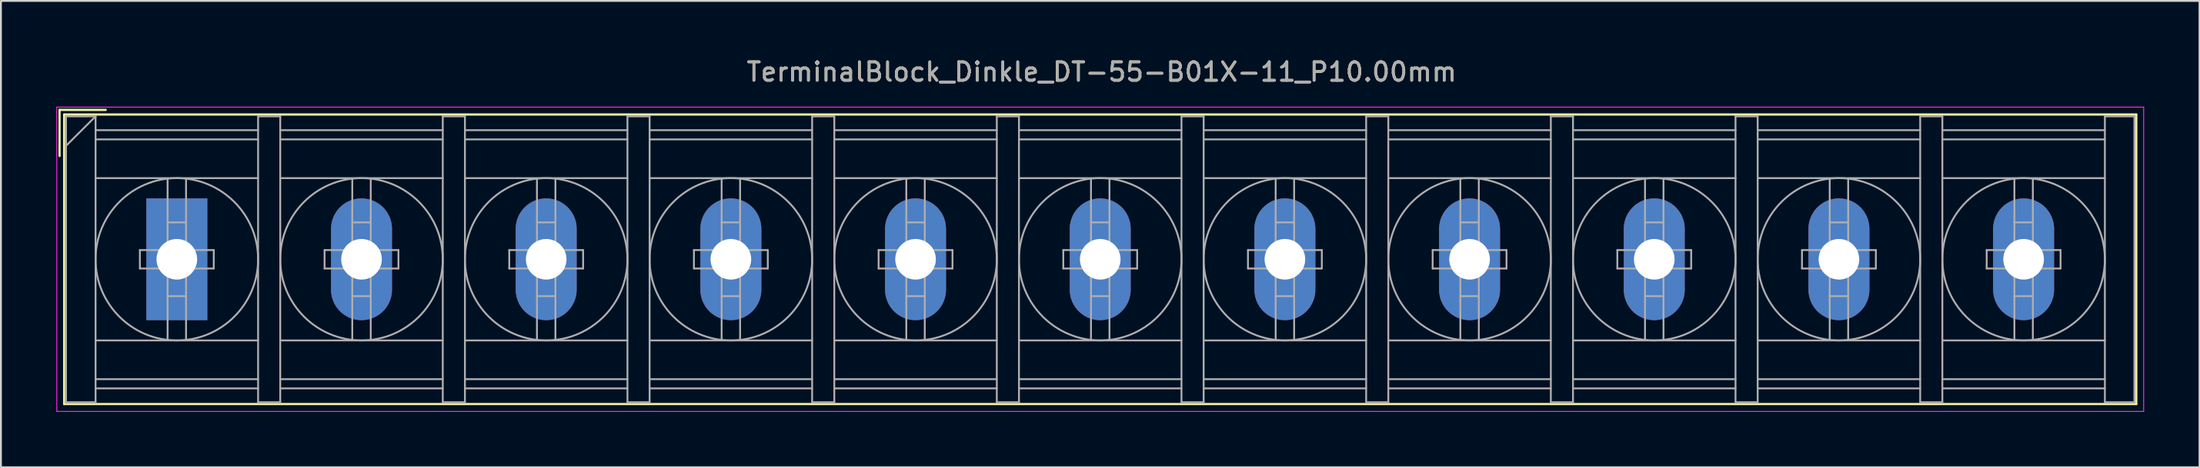
<source format=kicad_pcb>
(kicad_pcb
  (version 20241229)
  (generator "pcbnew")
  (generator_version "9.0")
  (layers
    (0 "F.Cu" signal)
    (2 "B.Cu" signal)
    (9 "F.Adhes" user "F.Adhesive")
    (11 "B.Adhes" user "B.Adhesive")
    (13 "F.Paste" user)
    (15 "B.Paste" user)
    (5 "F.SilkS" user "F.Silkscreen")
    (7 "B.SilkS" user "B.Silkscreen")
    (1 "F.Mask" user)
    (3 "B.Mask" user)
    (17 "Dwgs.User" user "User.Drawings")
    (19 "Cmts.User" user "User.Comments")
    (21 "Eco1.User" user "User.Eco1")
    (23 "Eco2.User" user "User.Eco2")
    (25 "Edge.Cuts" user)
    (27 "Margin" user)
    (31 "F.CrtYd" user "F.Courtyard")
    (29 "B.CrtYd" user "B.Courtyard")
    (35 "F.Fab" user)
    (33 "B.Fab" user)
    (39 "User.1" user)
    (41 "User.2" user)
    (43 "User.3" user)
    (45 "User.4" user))
  (footprint "TerminalBlock_Dinkle_DT-55-B01X-11_P10.00mm"
    (layer "F.Cu")
    (at 6.525 11.008)
    (property "Reference" "TerminalBlock_Dinkle_DT-55-B01X-11_P10.00mm" (at 50.08 -10.16 0) (layer "F.SilkS") (effects (font (size 1 1) (thickness 0.15))))
    (attr through_hole)
    (fp_line (start -6.35 -8.1) (end -3.85 -8.1) (stroke (width 0.12) (type solid)) (layer "F.SilkS"))
    (fp_line (start -6.35 -5.6) (end -6.35 -8.1) (stroke (width 0.12) (type solid)) (layer "F.SilkS"))
    (fp_line (start -6.1 -7.85) (end 106.1 -7.85) (stroke (width 0.12) (type solid)) (layer "F.SilkS"))
    (fp_line (start -6.1 7.85) (end -6.1 -7.85) (stroke (width 0.12) (type solid)) (layer "F.SilkS"))
    (fp_line (start -6.1 7.85) (end 106.1 7.85) (stroke (width 0.12) (type solid)) (layer "F.SilkS"))
    (fp_line (start 106.1 -7.85) (end 106.1 7.85) (stroke (width 0.12) (type solid)) (layer "F.SilkS"))
    (fp_line (start -6.5 -8.25) (end 106.5 -8.25) (stroke (width 0.05) (type solid)) (layer "F.CrtYd"))
    (fp_line (start -6.5 8.25) (end -6.5 -8.25) (stroke (width 0.05) (type solid)) (layer "F.CrtYd"))
    (fp_line (start -6.5 8.25) (end 106.5 8.25) (stroke (width 0.05) (type solid)) (layer "F.CrtYd"))
    (fp_line (start 106.5 -8.25) (end 106.5 8.25) (stroke (width 0.05) (type solid)) (layer "F.CrtYd"))
    (fp_line (start -6 -7.75) (end -6 7.75) (stroke (width 0.1) (type solid)) (layer "F.Fab"))
    (fp_line (start -6 -7.75) (end -4.4 -7.75) (stroke (width 0.1) (type solid)) (layer "F.Fab"))
    (fp_line (start -6 7.75) (end -4.4 7.75) (stroke (width 0.1) (type solid)) (layer "F.Fab"))
    (fp_line (start -4.4 -7.75) (end -6 -6.15) (stroke (width 0.1) (type solid)) (layer "F.Fab"))
    (fp_line (start -4.4 -7.75) (end -4.4 7.75) (stroke (width 0.1) (type solid)) (layer "F.Fab"))
    (fp_line (start -4.4 -7) (end 4.4 -7) (stroke (width 0.1) (type solid)) (layer "F.Fab"))
    (fp_line (start -4.4 -6.5) (end 4.4 -6.5) (stroke (width 0.1) (type solid)) (layer "F.Fab"))
    (fp_line (start -4.4 -4.4) (end 4.4 -4.4) (stroke (width 0.1) (type solid)) (layer "F.Fab"))
    (fp_line (start -4.4 4.4) (end 4.4 4.4) (stroke (width 0.1) (type solid)) (layer "F.Fab"))
    (fp_line (start -4.4 6.5) (end 4.4 6.5) (stroke (width 0.1) (type solid)) (layer "F.Fab"))
    (fp_line (start -4.4 7) (end 4.4 7) (stroke (width 0.1) (type solid)) (layer "F.Fab"))
    (fp_line (start -2 -0.5) (end -2 0.5) (stroke (width 0.1) (type solid)) (layer "F.Fab"))
    (fp_line (start -2 0.5) (end -0.5 0.5) (stroke (width 0.1) (type solid)) (layer "F.Fab"))
    (fp_line (start -0.5 -4.35) (end -0.5 -0.5) (stroke (width 0.1) (type solid)) (layer "F.Fab"))
    (fp_line (start -0.5 -2) (end 0.5 -2) (stroke (width 0.1) (type solid)) (layer "F.Fab"))
    (fp_line (start -0.5 -0.5) (end -2 -0.5) (stroke (width 0.1) (type solid)) (layer "F.Fab"))
    (fp_line (start -0.5 0.5) (end -0.5 4.35) (stroke (width 0.1) (type solid)) (layer "F.Fab"))
    (fp_line (start -0.5 2) (end 0.5 2) (stroke (width 0.1) (type solid)) (layer "F.Fab"))
    (fp_line (start 0.5 -4.35) (end 0.5 -0.5) (stroke (width 0.1) (type solid)) (layer "F.Fab"))
    (fp_line (start 0.5 -0.5) (end 2 -0.5) (stroke (width 0.1) (type solid)) (layer "F.Fab"))
    (fp_line (start 0.5 0.5) (end 0.5 4.35) (stroke (width 0.1) (type solid)) (layer "F.Fab"))
    (fp_line (start 2 -0.5) (end 2 0.5) (stroke (width 0.1) (type solid)) (layer "F.Fab"))
    (fp_line (start 2 0.5) (end 0.5 0.5) (stroke (width 0.1) (type solid)) (layer "F.Fab"))
    (fp_line (start 4.4 -7.75) (end 4.4 7.75) (stroke (width 0.1) (type solid)) (layer "F.Fab"))
    (fp_line (start 4.4 -7.75) (end 5.6 -7.75) (stroke (width 0.1) (type solid)) (layer "F.Fab"))
    (fp_line (start 4.4 7.75) (end 5.6 7.75) (stroke (width 0.1) (type solid)) (layer "F.Fab"))
    (fp_line (start 5.6 -7.75) (end 5.6 7.75) (stroke (width 0.1) (type solid)) (layer "F.Fab"))
    (fp_line (start 5.6 -7) (end 14.4 -7) (stroke (width 0.1) (type solid)) (layer "F.Fab"))
    (fp_line (start 5.6 -6.5) (end 14.4 -6.5) (stroke (width 0.1) (type solid)) (layer "F.Fab"))
    (fp_line (start 5.6 -4.4) (end 14.4 -4.4) (stroke (width 0.1) (type solid)) (layer "F.Fab"))
    (fp_line (start 5.6 4.4) (end 14.4 4.4) (stroke (width 0.1) (type solid)) (layer "F.Fab"))
    (fp_line (start 5.6 6.5) (end 14.4 6.5) (stroke (width 0.1) (type solid)) (layer "F.Fab"))
    (fp_line (start 5.6 7) (end 14.4 7) (stroke (width 0.1) (type solid)) (layer "F.Fab"))
    (fp_line (start 8 -0.5) (end 8 0.5) (stroke (width 0.1) (type solid)) (layer "F.Fab"))
    (fp_line (start 8 0.5) (end 9.5 0.5) (stroke (width 0.1) (type solid)) (layer "F.Fab"))
    (fp_line (start 9.5 -4.35) (end 9.5 -0.5) (stroke (width 0.1) (type solid)) (layer "F.Fab"))
    (fp_line (start 9.5 -2) (end 10.5 -2) (stroke (width 0.1) (type solid)) (layer "F.Fab"))
    (fp_line (start 9.5 -0.5) (end 8 -0.5) (stroke (width 0.1) (type solid)) (layer "F.Fab"))
    (fp_line (start 9.5 0.5) (end 9.5 4.35) (stroke (width 0.1) (type solid)) (layer "F.Fab"))
    (fp_line (start 9.5 2) (end 10.5 2) (stroke (width 0.1) (type solid)) (layer "F.Fab"))
    (fp_line (start 10.5 -4.35) (end 10.5 -0.5) (stroke (width 0.1) (type solid)) (layer "F.Fab"))
    (fp_line (start 10.5 -0.5) (end 12 -0.5) (stroke (width 0.1) (type solid)) (layer "F.Fab"))
    (fp_line (start 10.5 0.5) (end 10.5 4.35) (stroke (width 0.1) (type solid)) (layer "F.Fab"))
    (fp_line (start 12 -0.5) (end 12 0.5) (stroke (width 0.1) (type solid)) (layer "F.Fab"))
    (fp_line (start 12 0.5) (end 10.5 0.5) (stroke (width 0.1) (type solid)) (layer "F.Fab"))
    (fp_line (start 14.4 -7.75) (end 14.4 7.75) (stroke (width 0.1) (type solid)) (layer "F.Fab"))
    (fp_line (start 14.4 -7.75) (end 15.6 -7.75) (stroke (width 0.1) (type solid)) (layer "F.Fab"))
    (fp_line (start 14.4 7.75) (end 15.6 7.75) (stroke (width 0.1) (type solid)) (layer "F.Fab"))
    (fp_line (start 15.6 -7.75) (end 15.6 7.75) (stroke (width 0.1) (type solid)) (layer "F.Fab"))
    (fp_line (start 15.6 -7) (end 24.4 -7) (stroke (width 0.1) (type solid)) (layer "F.Fab"))
    (fp_line (start 15.6 -6.5) (end 24.4 -6.5) (stroke (width 0.1) (type solid)) (layer "F.Fab"))
    (fp_line (start 15.6 -4.4) (end 24.4 -4.4) (stroke (width 0.1) (type solid)) (layer "F.Fab"))
    (fp_line (start 15.6 4.4) (end 24.4 4.4) (stroke (width 0.1) (type solid)) (layer "F.Fab"))
    (fp_line (start 15.6 6.5) (end 24.4 6.5) (stroke (width 0.1) (type solid)) (layer "F.Fab"))
    (fp_line (start 15.6 7) (end 24.4 7) (stroke (width 0.1) (type solid)) (layer "F.Fab"))
    (fp_line (start 18 -0.5) (end 18 0.5) (stroke (width 0.1) (type solid)) (layer "F.Fab"))
    (fp_line (start 18 0.5) (end 19.5 0.5) (stroke (width 0.1) (type solid)) (layer "F.Fab"))
    (fp_line (start 19.5 -4.35) (end 19.5 -0.5) (stroke (width 0.1) (type solid)) (layer "F.Fab"))
    (fp_line (start 19.5 -2) (end 20.5 -2) (stroke (width 0.1) (type solid)) (layer "F.Fab"))
    (fp_line (start 19.5 -0.5) (end 18 -0.5) (stroke (width 0.1) (type solid)) (layer "F.Fab"))
    (fp_line (start 19.5 0.5) (end 19.5 4.35) (stroke (width 0.1) (type solid)) (layer "F.Fab"))
    (fp_line (start 19.5 2) (end 20.5 2) (stroke (width 0.1) (type solid)) (layer "F.Fab"))
    (fp_line (start 20.5 -4.35) (end 20.5 -0.5) (stroke (width 0.1) (type solid)) (layer "F.Fab"))
    (fp_line (start 20.5 -0.5) (end 22 -0.5) (stroke (width 0.1) (type solid)) (layer "F.Fab"))
    (fp_line (start 20.5 0.5) (end 20.5 4.35) (stroke (width 0.1) (type solid)) (layer "F.Fab"))
    (fp_line (start 22 -0.5) (end 22 0.5) (stroke (width 0.1) (type solid)) (layer "F.Fab"))
    (fp_line (start 22 0.5) (end 20.5 0.5) (stroke (width 0.1) (type solid)) (layer "F.Fab"))
    (fp_line (start 24.4 -7.75) (end 24.4 7.75) (stroke (width 0.1) (type solid)) (layer "F.Fab"))
    (fp_line (start 24.4 -7.75) (end 25.6 -7.75) (stroke (width 0.1) (type solid)) (layer "F.Fab"))
    (fp_line (start 24.4 7.75) (end 25.6 7.75) (stroke (width 0.1) (type solid)) (layer "F.Fab"))
    (fp_line (start 25.6 -7.75) (end 25.6 7.75) (stroke (width 0.1) (type solid)) (layer "F.Fab"))
    (fp_line (start 25.6 -7) (end 34.4 -7) (stroke (width 0.1) (type solid)) (layer "F.Fab"))
    (fp_line (start 25.6 -6.5) (end 34.4 -6.5) (stroke (width 0.1) (type solid)) (layer "F.Fab"))
    (fp_line (start 25.6 -4.4) (end 34.4 -4.4) (stroke (width 0.1) (type solid)) (layer "F.Fab"))
    (fp_line (start 25.6 4.4) (end 34.4 4.4) (stroke (width 0.1) (type solid)) (layer "F.Fab"))
    (fp_line (start 25.6 6.5) (end 34.4 6.5) (stroke (width 0.1) (type solid)) (layer "F.Fab"))
    (fp_line (start 25.6 7) (end 34.4 7) (stroke (width 0.1) (type solid)) (layer "F.Fab"))
    (fp_line (start 28 -0.5) (end 28 0.5) (stroke (width 0.1) (type solid)) (layer "F.Fab"))
    (fp_line (start 28 0.5) (end 29.5 0.5) (stroke (width 0.1) (type solid)) (layer "F.Fab"))
    (fp_line (start 29.5 -4.35) (end 29.5 -0.5) (stroke (width 0.1) (type solid)) (layer "F.Fab"))
    (fp_line (start 29.5 -2) (end 30.5 -2) (stroke (width 0.1) (type solid)) (layer "F.Fab"))
    (fp_line (start 29.5 -0.5) (end 28 -0.5) (stroke (width 0.1) (type solid)) (layer "F.Fab"))
    (fp_line (start 29.5 0.5) (end 29.5 4.35) (stroke (width 0.1) (type solid)) (layer "F.Fab"))
    (fp_line (start 29.5 2) (end 30.5 2) (stroke (width 0.1) (type solid)) (layer "F.Fab"))
    (fp_line (start 30.5 -4.35) (end 30.5 -0.5) (stroke (width 0.1) (type solid)) (layer "F.Fab"))
    (fp_line (start 30.5 -0.5) (end 32 -0.5) (stroke (width 0.1) (type solid)) (layer "F.Fab"))
    (fp_line (start 30.5 0.5) (end 30.5 4.35) (stroke (width 0.1) (type solid)) (layer "F.Fab"))
    (fp_line (start 32 -0.5) (end 32 0.5) (stroke (width 0.1) (type solid)) (layer "F.Fab"))
    (fp_line (start 32 0.5) (end 30.5 0.5) (stroke (width 0.1) (type solid)) (layer "F.Fab"))
    (fp_line (start 34.4 -7.75) (end 34.4 7.75) (stroke (width 0.1) (type solid)) (layer "F.Fab"))
    (fp_line (start 34.4 -7.75) (end 35.6 -7.75) (stroke (width 0.1) (type solid)) (layer "F.Fab"))
    (fp_line (start 34.4 7.75) (end 35.6 7.75) (stroke (width 0.1) (type solid)) (layer "F.Fab"))
    (fp_line (start 35.6 -7.75) (end 35.6 7.75) (stroke (width 0.1) (type solid)) (layer "F.Fab"))
    (fp_line (start 35.6 -7) (end 44.4 -7) (stroke (width 0.1) (type solid)) (layer "F.Fab"))
    (fp_line (start 35.6 -6.5) (end 44.4 -6.5) (stroke (width 0.1) (type solid)) (layer "F.Fab"))
    (fp_line (start 35.6 -4.4) (end 44.4 -4.4) (stroke (width 0.1) (type solid)) (layer "F.Fab"))
    (fp_line (start 35.6 4.4) (end 44.4 4.4) (stroke (width 0.1) (type solid)) (layer "F.Fab"))
    (fp_line (start 35.6 6.5) (end 44.4 6.5) (stroke (width 0.1) (type solid)) (layer "F.Fab"))
    (fp_line (start 35.6 7) (end 44.4 7) (stroke (width 0.1) (type solid)) (layer "F.Fab"))
    (fp_line (start 38 -0.5) (end 38 0.5) (stroke (width 0.1) (type solid)) (layer "F.Fab"))
    (fp_line (start 38 0.5) (end 39.5 0.5) (stroke (width 0.1) (type solid)) (layer "F.Fab"))
    (fp_line (start 39.5 -4.35) (end 39.5 -0.5) (stroke (width 0.1) (type solid)) (layer "F.Fab"))
    (fp_line (start 39.5 -2) (end 40.5 -2) (stroke (width 0.1) (type solid)) (layer "F.Fab"))
    (fp_line (start 39.5 -0.5) (end 38 -0.5) (stroke (width 0.1) (type solid)) (layer "F.Fab"))
    (fp_line (start 39.5 0.5) (end 39.5 4.35) (stroke (width 0.1) (type solid)) (layer "F.Fab"))
    (fp_line (start 39.5 2) (end 40.5 2) (stroke (width 0.1) (type solid)) (layer "F.Fab"))
    (fp_line (start 40.5 -4.35) (end 40.5 -0.5) (stroke (width 0.1) (type solid)) (layer "F.Fab"))
    (fp_line (start 40.5 -0.5) (end 42 -0.5) (stroke (width 0.1) (type solid)) (layer "F.Fab"))
    (fp_line (start 40.5 0.5) (end 40.5 4.35) (stroke (width 0.1) (type solid)) (layer "F.Fab"))
    (fp_line (start 42 -0.5) (end 42 0.5) (stroke (width 0.1) (type solid)) (layer "F.Fab"))
    (fp_line (start 42 0.5) (end 40.5 0.5) (stroke (width 0.1) (type solid)) (layer "F.Fab"))
    (fp_line (start 44.4 -7.75) (end 44.4 7.75) (stroke (width 0.1) (type solid)) (layer "F.Fab"))
    (fp_line (start 44.4 -7.75) (end 45.6 -7.75) (stroke (width 0.1) (type solid)) (layer "F.Fab"))
    (fp_line (start 44.4 7.75) (end 45.6 7.75) (stroke (width 0.1) (type solid)) (layer "F.Fab"))
    (fp_line (start 45.6 -7.75) (end 45.6 7.75) (stroke (width 0.1) (type solid)) (layer "F.Fab"))
    (fp_line (start 45.6 -7) (end 54.4 -7) (stroke (width 0.1) (type solid)) (layer "F.Fab"))
    (fp_line (start 45.6 -6.5) (end 54.4 -6.5) (stroke (width 0.1) (type solid)) (layer "F.Fab"))
    (fp_line (start 45.6 -4.4) (end 54.4 -4.4) (stroke (width 0.1) (type solid)) (layer "F.Fab"))
    (fp_line (start 45.6 4.4) (end 54.4 4.4) (stroke (width 0.1) (type solid)) (layer "F.Fab"))
    (fp_line (start 45.6 6.5) (end 54.4 6.5) (stroke (width 0.1) (type solid)) (layer "F.Fab"))
    (fp_line (start 45.6 7) (end 54.4 7) (stroke (width 0.1) (type solid)) (layer "F.Fab"))
    (fp_line (start 48 -0.5) (end 48 0.5) (stroke (width 0.1) (type solid)) (layer "F.Fab"))
    (fp_line (start 48 0.5) (end 49.5 0.5) (stroke (width 0.1) (type solid)) (layer "F.Fab"))
    (fp_line (start 49.5 -4.35) (end 49.5 -0.5) (stroke (width 0.1) (type solid)) (layer "F.Fab"))
    (fp_line (start 49.5 -2) (end 50.5 -2) (stroke (width 0.1) (type solid)) (layer "F.Fab"))
    (fp_line (start 49.5 -0.5) (end 48 -0.5) (stroke (width 0.1) (type solid)) (layer "F.Fab"))
    (fp_line (start 49.5 0.5) (end 49.5 4.35) (stroke (width 0.1) (type solid)) (layer "F.Fab"))
    (fp_line (start 49.5 2) (end 50.5 2) (stroke (width 0.1) (type solid)) (layer "F.Fab"))
    (fp_line (start 50.5 -4.35) (end 50.5 -0.5) (stroke (width 0.1) (type solid)) (layer "F.Fab"))
    (fp_line (start 50.5 -0.5) (end 52 -0.5) (stroke (width 0.1) (type solid)) (layer "F.Fab"))
    (fp_line (start 50.5 0.5) (end 50.5 4.35) (stroke (width 0.1) (type solid)) (layer "F.Fab"))
    (fp_line (start 52 -0.5) (end 52 0.5) (stroke (width 0.1) (type solid)) (layer "F.Fab"))
    (fp_line (start 52 0.5) (end 50.5 0.5) (stroke (width 0.1) (type solid)) (layer "F.Fab"))
    (fp_line (start 54.4 -7.75) (end 54.4 7.75) (stroke (width 0.1) (type solid)) (layer "F.Fab"))
    (fp_line (start 54.4 -7.75) (end 55.6 -7.75) (stroke (width 0.1) (type solid)) (layer "F.Fab"))
    (fp_line (start 54.4 7.75) (end 55.6 7.75) (stroke (width 0.1) (type solid)) (layer "F.Fab"))
    (fp_line (start 55.6 -7.75) (end 55.6 7.75) (stroke (width 0.1) (type solid)) (layer "F.Fab"))
    (fp_line (start 55.6 -7) (end 64.4 -7) (stroke (width 0.1) (type solid)) (layer "F.Fab"))
    (fp_line (start 55.6 -6.5) (end 64.4 -6.5) (stroke (width 0.1) (type solid)) (layer "F.Fab"))
    (fp_line (start 55.6 -4.4) (end 64.4 -4.4) (stroke (width 0.1) (type solid)) (layer "F.Fab"))
    (fp_line (start 55.6 4.4) (end 64.4 4.4) (stroke (width 0.1) (type solid)) (layer "F.Fab"))
    (fp_line (start 55.6 6.5) (end 64.4 6.5) (stroke (width 0.1) (type solid)) (layer "F.Fab"))
    (fp_line (start 55.6 7) (end 64.4 7) (stroke (width 0.1) (type solid)) (layer "F.Fab"))
    (fp_line (start 58 -0.5) (end 58 0.5) (stroke (width 0.1) (type solid)) (layer "F.Fab"))
    (fp_line (start 58 0.5) (end 59.5 0.5) (stroke (width 0.1) (type solid)) (layer "F.Fab"))
    (fp_line (start 59.5 -4.35) (end 59.5 -0.5) (stroke (width 0.1) (type solid)) (layer "F.Fab"))
    (fp_line (start 59.5 -2) (end 60.5 -2) (stroke (width 0.1) (type solid)) (layer "F.Fab"))
    (fp_line (start 59.5 -0.5) (end 58 -0.5) (stroke (width 0.1) (type solid)) (layer "F.Fab"))
    (fp_line (start 59.5 0.5) (end 59.5 4.35) (stroke (width 0.1) (type solid)) (layer "F.Fab"))
    (fp_line (start 59.5 2) (end 60.5 2) (stroke (width 0.1) (type solid)) (layer "F.Fab"))
    (fp_line (start 60.5 -4.35) (end 60.5 -0.5) (stroke (width 0.1) (type solid)) (layer "F.Fab"))
    (fp_line (start 60.5 -0.5) (end 62 -0.5) (stroke (width 0.1) (type solid)) (layer "F.Fab"))
    (fp_line (start 60.5 0.5) (end 60.5 4.35) (stroke (width 0.1) (type solid)) (layer "F.Fab"))
    (fp_line (start 62 -0.5) (end 62 0.5) (stroke (width 0.1) (type solid)) (layer "F.Fab"))
    (fp_line (start 62 0.5) (end 60.5 0.5) (stroke (width 0.1) (type solid)) (layer "F.Fab"))
    (fp_line (start 64.4 -7.75) (end 64.4 7.75) (stroke (width 0.1) (type solid)) (layer "F.Fab"))
    (fp_line (start 64.4 -7.75) (end 65.6 -7.75) (stroke (width 0.1) (type solid)) (layer "F.Fab"))
    (fp_line (start 64.4 7.75) (end 65.6 7.75) (stroke (width 0.1) (type solid)) (layer "F.Fab"))
    (fp_line (start 65.6 -7.75) (end 65.6 7.75) (stroke (width 0.1) (type solid)) (layer "F.Fab"))
    (fp_line (start 65.6 -7) (end 74.4 -7) (stroke (width 0.1) (type solid)) (layer "F.Fab"))
    (fp_line (start 65.6 -6.5) (end 74.4 -6.5) (stroke (width 0.1) (type solid)) (layer "F.Fab"))
    (fp_line (start 65.6 -4.4) (end 74.4 -4.4) (stroke (width 0.1) (type solid)) (layer "F.Fab"))
    (fp_line (start 65.6 4.4) (end 74.4 4.4) (stroke (width 0.1) (type solid)) (layer "F.Fab"))
    (fp_line (start 65.6 6.5) (end 74.4 6.5) (stroke (width 0.1) (type solid)) (layer "F.Fab"))
    (fp_line (start 65.6 7) (end 74.4 7) (stroke (width 0.1) (type solid)) (layer "F.Fab"))
    (fp_line (start 68 -0.5) (end 68 0.5) (stroke (width 0.1) (type solid)) (layer "F.Fab"))
    (fp_line (start 68 0.5) (end 69.5 0.5) (stroke (width 0.1) (type solid)) (layer "F.Fab"))
    (fp_line (start 69.5 -4.35) (end 69.5 -0.5) (stroke (width 0.1) (type solid)) (layer "F.Fab"))
    (fp_line (start 69.5 -2) (end 70.5 -2) (stroke (width 0.1) (type solid)) (layer "F.Fab"))
    (fp_line (start 69.5 -0.5) (end 68 -0.5) (stroke (width 0.1) (type solid)) (layer "F.Fab"))
    (fp_line (start 69.5 0.5) (end 69.5 4.35) (stroke (width 0.1) (type solid)) (layer "F.Fab"))
    (fp_line (start 69.5 2) (end 70.5 2) (stroke (width 0.1) (type solid)) (layer "F.Fab"))
    (fp_line (start 70.5 -4.35) (end 70.5 -0.5) (stroke (width 0.1) (type solid)) (layer "F.Fab"))
    (fp_line (start 70.5 -0.5) (end 72 -0.5) (stroke (width 0.1) (type solid)) (layer "F.Fab"))
    (fp_line (start 70.5 0.5) (end 70.5 4.35) (stroke (width 0.1) (type solid)) (layer "F.Fab"))
    (fp_line (start 72 -0.5) (end 72 0.5) (stroke (width 0.1) (type solid)) (layer "F.Fab"))
    (fp_line (start 72 0.5) (end 70.5 0.5) (stroke (width 0.1) (type solid)) (layer "F.Fab"))
    (fp_line (start 74.4 -7.75) (end 74.4 7.75) (stroke (width 0.1) (type solid)) (layer "F.Fab"))
    (fp_line (start 74.4 -7.75) (end 75.6 -7.75) (stroke (width 0.1) (type solid)) (layer "F.Fab"))
    (fp_line (start 74.4 7.75) (end 75.6 7.75) (stroke (width 0.1) (type solid)) (layer "F.Fab"))
    (fp_line (start 75.6 -7.75) (end 75.6 7.75) (stroke (width 0.1) (type solid)) (layer "F.Fab"))
    (fp_line (start 75.6 -7) (end 84.4 -7) (stroke (width 0.1) (type solid)) (layer "F.Fab"))
    (fp_line (start 75.6 -6.5) (end 84.4 -6.5) (stroke (width 0.1) (type solid)) (layer "F.Fab"))
    (fp_line (start 75.6 -4.4) (end 84.4 -4.4) (stroke (width 0.1) (type solid)) (layer "F.Fab"))
    (fp_line (start 75.6 4.4) (end 84.4 4.4) (stroke (width 0.1) (type solid)) (layer "F.Fab"))
    (fp_line (start 75.6 6.5) (end 84.4 6.5) (stroke (width 0.1) (type solid)) (layer "F.Fab"))
    (fp_line (start 75.6 7) (end 84.4 7) (stroke (width 0.1) (type solid)) (layer "F.Fab"))
    (fp_line (start 78 -0.5) (end 78 0.5) (stroke (width 0.1) (type solid)) (layer "F.Fab"))
    (fp_line (start 78 0.5) (end 79.5 0.5) (stroke (width 0.1) (type solid)) (layer "F.Fab"))
    (fp_line (start 79.5 -4.35) (end 79.5 -0.5) (stroke (width 0.1) (type solid)) (layer "F.Fab"))
    (fp_line (start 79.5 -2) (end 80.5 -2) (stroke (width 0.1) (type solid)) (layer "F.Fab"))
    (fp_line (start 79.5 -0.5) (end 78 -0.5) (stroke (width 0.1) (type solid)) (layer "F.Fab"))
    (fp_line (start 79.5 0.5) (end 79.5 4.35) (stroke (width 0.1) (type solid)) (layer "F.Fab"))
    (fp_line (start 79.5 2) (end 80.5 2) (stroke (width 0.1) (type solid)) (layer "F.Fab"))
    (fp_line (start 80.5 -4.35) (end 80.5 -0.5) (stroke (width 0.1) (type solid)) (layer "F.Fab"))
    (fp_line (start 80.5 -0.5) (end 82 -0.5) (stroke (width 0.1) (type solid)) (layer "F.Fab"))
    (fp_line (start 80.5 0.5) (end 80.5 4.35) (stroke (width 0.1) (type solid)) (layer "F.Fab"))
    (fp_line (start 82 -0.5) (end 82 0.5) (stroke (width 0.1) (type solid)) (layer "F.Fab"))
    (fp_line (start 82 0.5) (end 80.5 0.5) (stroke (width 0.1) (type solid)) (layer "F.Fab"))
    (fp_line (start 84.4 -7.75) (end 84.4 7.75) (stroke (width 0.1) (type solid)) (layer "F.Fab"))
    (fp_line (start 84.4 -7.75) (end 85.6 -7.75) (stroke (width 0.1) (type solid)) (layer "F.Fab"))
    (fp_line (start 84.4 7.75) (end 85.6 7.75) (stroke (width 0.1) (type solid)) (layer "F.Fab"))
    (fp_line (start 85.6 -7.75) (end 85.6 7.75) (stroke (width 0.1) (type solid)) (layer "F.Fab"))
    (fp_line (start 85.6 -7) (end 94.4 -7) (stroke (width 0.1) (type solid)) (layer "F.Fab"))
    (fp_line (start 85.6 -6.5) (end 94.4 -6.5) (stroke (width 0.1) (type solid)) (layer "F.Fab"))
    (fp_line (start 85.6 -4.4) (end 94.4 -4.4) (stroke (width 0.1) (type solid)) (layer "F.Fab"))
    (fp_line (start 85.6 4.4) (end 94.4 4.4) (stroke (width 0.1) (type solid)) (layer "F.Fab"))
    (fp_line (start 85.6 6.5) (end 94.4 6.5) (stroke (width 0.1) (type solid)) (layer "F.Fab"))
    (fp_line (start 85.6 7) (end 94.4 7) (stroke (width 0.1) (type solid)) (layer "F.Fab"))
    (fp_line (start 88 -0.5) (end 88 0.5) (stroke (width 0.1) (type solid)) (layer "F.Fab"))
    (fp_line (start 88 0.5) (end 89.5 0.5) (stroke (width 0.1) (type solid)) (layer "F.Fab"))
    (fp_line (start 89.5 -4.35) (end 89.5 -0.5) (stroke (width 0.1) (type solid)) (layer "F.Fab"))
    (fp_line (start 89.5 -2) (end 90.5 -2) (stroke (width 0.1) (type solid)) (layer "F.Fab"))
    (fp_line (start 89.5 -0.5) (end 88 -0.5) (stroke (width 0.1) (type solid)) (layer "F.Fab"))
    (fp_line (start 89.5 0.5) (end 89.5 4.35) (stroke (width 0.1) (type solid)) (layer "F.Fab"))
    (fp_line (start 89.5 2) (end 90.5 2) (stroke (width 0.1) (type solid)) (layer "F.Fab"))
    (fp_line (start 90.5 -4.35) (end 90.5 -0.5) (stroke (width 0.1) (type solid)) (layer "F.Fab"))
    (fp_line (start 90.5 -0.5) (end 92 -0.5) (stroke (width 0.1) (type solid)) (layer "F.Fab"))
    (fp_line (start 90.5 0.5) (end 90.5 4.35) (stroke (width 0.1) (type solid)) (layer "F.Fab"))
    (fp_line (start 92 -0.5) (end 92 0.5) (stroke (width 0.1) (type solid)) (layer "F.Fab"))
    (fp_line (start 92 0.5) (end 90.5 0.5) (stroke (width 0.1) (type solid)) (layer "F.Fab"))
    (fp_line (start 94.4 -7.75) (end 94.4 7.75) (stroke (width 0.1) (type solid)) (layer "F.Fab"))
    (fp_line (start 94.4 -7.75) (end 95.6 -7.75) (stroke (width 0.1) (type solid)) (layer "F.Fab"))
    (fp_line (start 94.4 7.75) (end 95.6 7.75) (stroke (width 0.1) (type solid)) (layer "F.Fab"))
    (fp_line (start 95.6 -7.75) (end 95.6 7.75) (stroke (width 0.1) (type solid)) (layer "F.Fab"))
    (fp_line (start 95.6 -7) (end 104.4 -7) (stroke (width 0.1) (type solid)) (layer "F.Fab"))
    (fp_line (start 95.6 -6.5) (end 104.4 -6.5) (stroke (width 0.1) (type solid)) (layer "F.Fab"))
    (fp_line (start 95.6 -4.4) (end 104.4 -4.4) (stroke (width 0.1) (type solid)) (layer "F.Fab"))
    (fp_line (start 95.6 4.4) (end 104.4 4.4) (stroke (width 0.1) (type solid)) (layer "F.Fab"))
    (fp_line (start 95.6 6.5) (end 104.4 6.5) (stroke (width 0.1) (type solid)) (layer "F.Fab"))
    (fp_line (start 95.6 7) (end 104.4 7) (stroke (width 0.1) (type solid)) (layer "F.Fab"))
    (fp_line (start 98 -0.5) (end 98 0.5) (stroke (width 0.1) (type solid)) (layer "F.Fab"))
    (fp_line (start 98 0.5) (end 99.5 0.5) (stroke (width 0.1) (type solid)) (layer "F.Fab"))
    (fp_line (start 99.5 -4.35) (end 99.5 -0.5) (stroke (width 0.1) (type solid)) (layer "F.Fab"))
    (fp_line (start 99.5 -2) (end 100.5 -2) (stroke (width 0.1) (type solid)) (layer "F.Fab"))
    (fp_line (start 99.5 -0.5) (end 98 -0.5) (stroke (width 0.1) (type solid)) (layer "F.Fab"))
    (fp_line (start 99.5 0.5) (end 99.5 4.35) (stroke (width 0.1) (type solid)) (layer "F.Fab"))
    (fp_line (start 99.5 2) (end 100.5 2) (stroke (width 0.1) (type solid)) (layer "F.Fab"))
    (fp_line (start 100.5 -4.35) (end 100.5 -0.5) (stroke (width 0.1) (type solid)) (layer "F.Fab"))
    (fp_line (start 100.5 -0.5) (end 102 -0.5) (stroke (width 0.1) (type solid)) (layer "F.Fab"))
    (fp_line (start 100.5 0.5) (end 100.5 4.35) (stroke (width 0.1) (type solid)) (layer "F.Fab"))
    (fp_line (start 102 -0.5) (end 102 0.5) (stroke (width 0.1) (type solid)) (layer "F.Fab"))
    (fp_line (start 102 0.5) (end 100.5 0.5) (stroke (width 0.1) (type solid)) (layer "F.Fab"))
    (fp_line (start 104.4 -7.75) (end 104.4 7.75) (stroke (width 0.1) (type solid)) (layer "F.Fab"))
    (fp_line (start 104.4 -7.75) (end 106 -7.75) (stroke (width 0.1) (type solid)) (layer "F.Fab"))
    (fp_line (start 104.4 7.75) (end 106 7.75) (stroke (width 0.1) (type solid)) (layer "F.Fab"))
    (fp_line (start 106 -7.75) (end 106 7.75) (stroke (width 0.1) (type solid)) (layer "F.Fab"))
    (fp_circle (center 0 0) (end 0.5 0.5) (stroke (width 0.1) (type solid)) (fill no) (layer "F.Fab"))
    (fp_circle (center 0 0) (end 4.4 0) (stroke (width 0.1) (type solid)) (fill no) (layer "F.Fab"))
    (fp_circle (center 10 0) (end 10.5 0.5) (stroke (width 0.1) (type solid)) (fill no) (layer "F.Fab"))
    (fp_circle (center 10 0) (end 14.4 0) (stroke (width 0.1) (type solid)) (fill no) (layer "F.Fab"))
    (fp_circle (center 20 0) (end 20.5 0.5) (stroke (width 0.1) (type solid)) (fill no) (layer "F.Fab"))
    (fp_circle (center 20 0) (end 24.4 0) (stroke (width 0.1) (type solid)) (fill no) (layer "F.Fab"))
    (fp_circle (center 30 0) (end 30.5 0.5) (stroke (width 0.1) (type solid)) (fill no) (layer "F.Fab"))
    (fp_circle (center 30 0) (end 34.4 0) (stroke (width 0.1) (type solid)) (fill no) (layer "F.Fab"))
    (fp_circle (center 40 0) (end 40.5 0.5) (stroke (width 0.1) (type solid)) (fill no) (layer "F.Fab"))
    (fp_circle (center 40 0) (end 44.4 0) (stroke (width 0.1) (type solid)) (fill no) (layer "F.Fab"))
    (fp_circle (center 50 0) (end 50.5 0.5) (stroke (width 0.1) (type solid)) (fill no) (layer "F.Fab"))
    (fp_circle (center 50 0) (end 54.4 0) (stroke (width 0.1) (type solid)) (fill no) (layer "F.Fab"))
    (fp_circle (center 60 0) (end 60.5 0.5) (stroke (width 0.1) (type solid)) (fill no) (layer "F.Fab"))
    (fp_circle (center 60 0) (end 64.4 0) (stroke (width 0.1) (type solid)) (fill no) (layer "F.Fab"))
    (fp_circle (center 70 0) (end 70.5 0.5) (stroke (width 0.1) (type solid)) (fill no) (layer "F.Fab"))
    (fp_circle (center 70 0) (end 74.4 0) (stroke (width 0.1) (type solid)) (fill no) (layer "F.Fab"))
    (fp_circle (center 80 0) (end 80.5 0.5) (stroke (width 0.1) (type solid)) (fill no) (layer "F.Fab"))
    (fp_circle (center 80 0) (end 84.4 0) (stroke (width 0.1) (type solid)) (fill no) (layer "F.Fab"))
    (fp_circle (center 90 0) (end 90.5 0.5) (stroke (width 0.1) (type solid)) (fill no) (layer "F.Fab"))
    (fp_circle (center 90 0) (end 94.4 0) (stroke (width 0.1) (type solid)) (fill no) (layer "F.Fab"))
    (fp_circle (center 100 0) (end 100.5 0.5) (stroke (width 0.1) (type solid)) (fill no) (layer "F.Fab"))
    (fp_circle (center 100 0) (end 104.4 0) (stroke (width 0.1) (type solid)) (fill no) (layer "F.Fab"))
    (fp_text user "${REFERENCE}" (at 50.08 -10.16 0) (layer "F.Fab") (effects (font (size 1 1) (thickness 0.15))))
    (pad "1" thru_hole rect (at 0 0) (size 3.3 6.6) (drill 2.2) (layers "*.Cu" "*.Mask"))
    (pad "2" thru_hole oval (at 10 0) (size 3.3 6.6) (drill 2.2) (layers "*.Cu" "*.Mask"))
    (pad "3" thru_hole oval (at 20 0) (size 3.3 6.6) (drill 2.2) (layers "*.Cu" "*.Mask"))
    (pad "4" thru_hole oval (at 30 0) (size 3.3 6.6) (drill 2.2) (layers "*.Cu" "*.Mask"))
    (pad "5" thru_hole oval (at 40 0) (size 3.3 6.6) (drill 2.2) (layers "*.Cu" "*.Mask"))
    (pad "6" thru_hole oval (at 50 0) (size 3.3 6.6) (drill 2.2) (layers "*.Cu" "*.Mask"))
    (pad "7" thru_hole oval (at 60 0) (size 3.3 6.6) (drill 2.2) (layers "*.Cu" "*.Mask"))
    (pad "8" thru_hole oval (at 70 0) (size 3.3 6.6) (drill 2.2) (layers "*.Cu" "*.Mask"))
    (pad "9" thru_hole oval (at 80 0) (size 3.3 6.6) (drill 2.2) (layers "*.Cu" "*.Mask"))
    (pad "10" thru_hole oval (at 90 0) (size 3.3 6.6) (drill 2.2) (layers "*.Cu" "*.Mask"))
    (pad "11" thru_hole oval (at 100 0) (size 3.3 6.6) (drill 2.2) (layers "*.Cu" "*.Mask")))
  (gr_rect
    (start -3 -3)
    (end 116.05 22.283)
    (stroke (width 0.1) (type default))
    (fill no)
    (layer "Edge.Cuts")))
</source>
